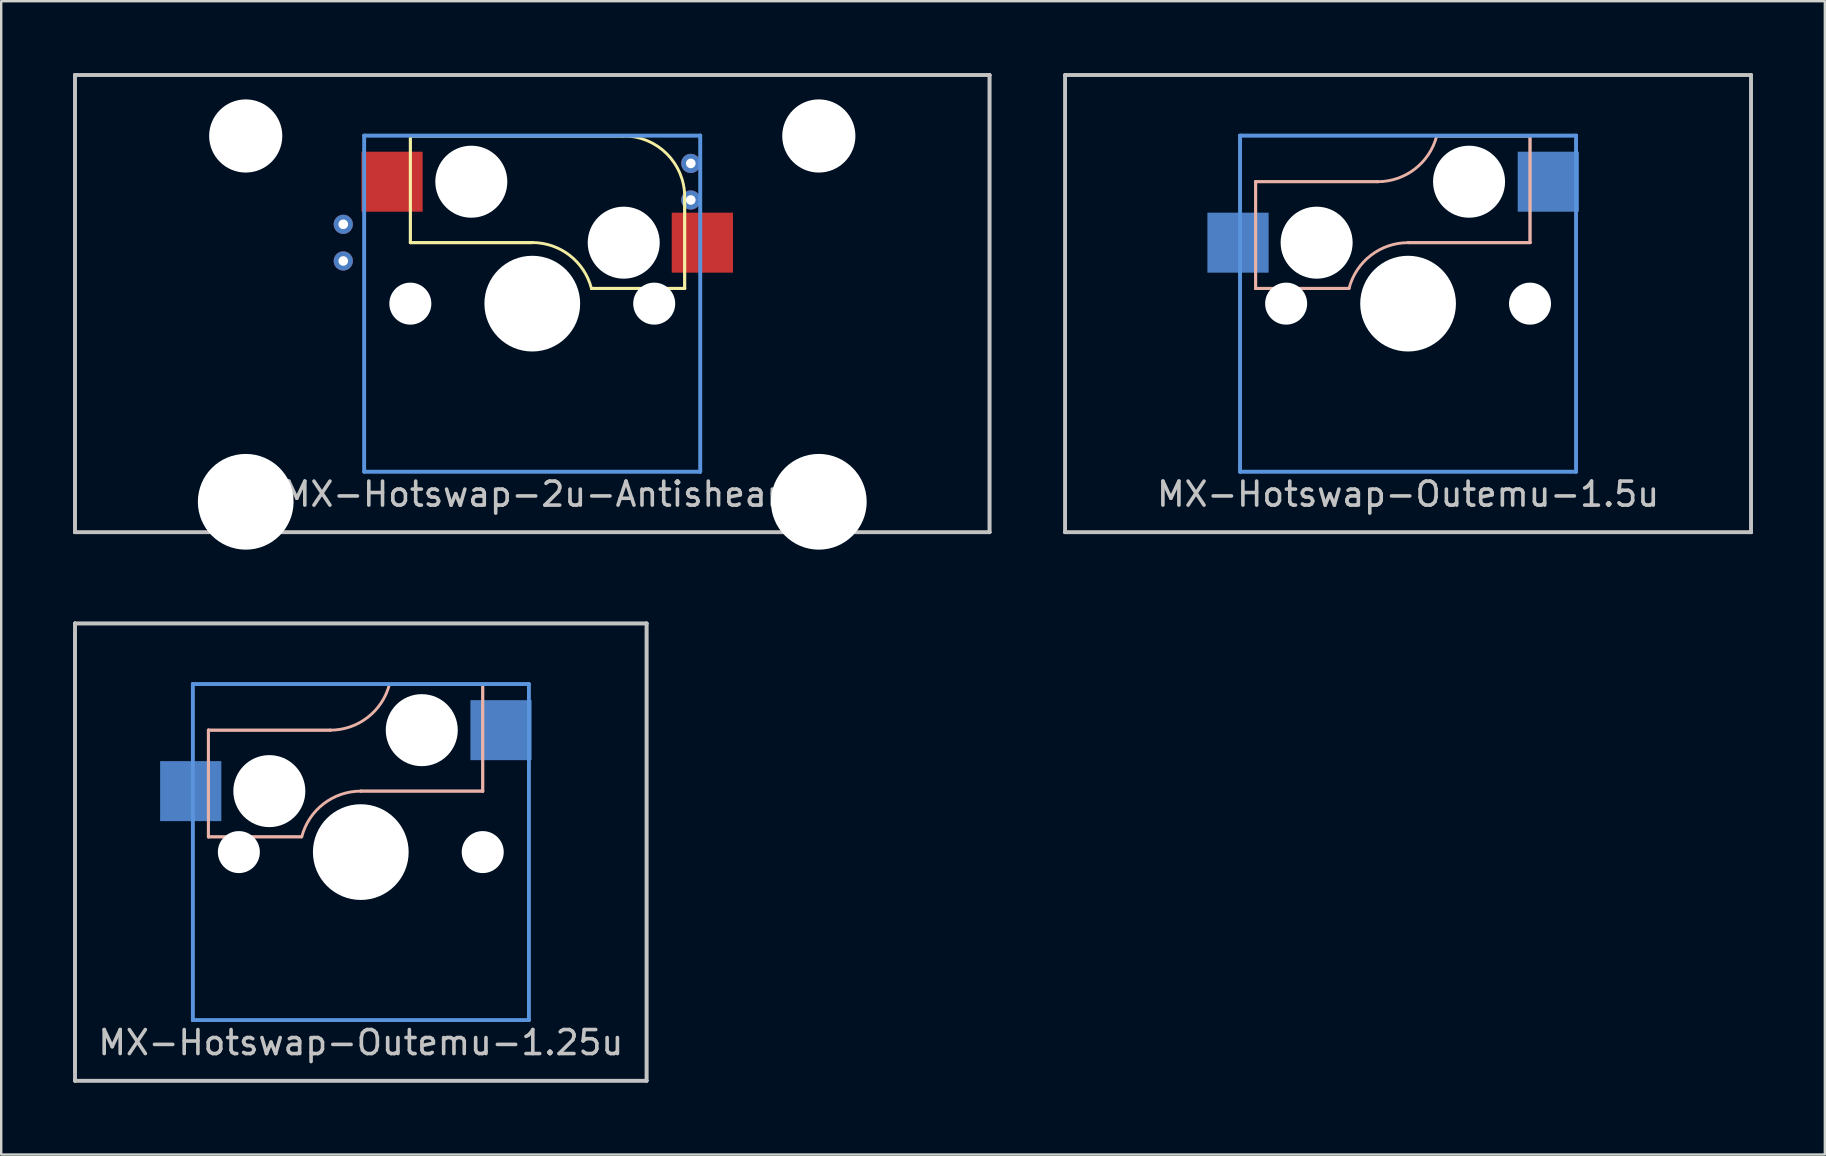
<source format=kicad_pcb>
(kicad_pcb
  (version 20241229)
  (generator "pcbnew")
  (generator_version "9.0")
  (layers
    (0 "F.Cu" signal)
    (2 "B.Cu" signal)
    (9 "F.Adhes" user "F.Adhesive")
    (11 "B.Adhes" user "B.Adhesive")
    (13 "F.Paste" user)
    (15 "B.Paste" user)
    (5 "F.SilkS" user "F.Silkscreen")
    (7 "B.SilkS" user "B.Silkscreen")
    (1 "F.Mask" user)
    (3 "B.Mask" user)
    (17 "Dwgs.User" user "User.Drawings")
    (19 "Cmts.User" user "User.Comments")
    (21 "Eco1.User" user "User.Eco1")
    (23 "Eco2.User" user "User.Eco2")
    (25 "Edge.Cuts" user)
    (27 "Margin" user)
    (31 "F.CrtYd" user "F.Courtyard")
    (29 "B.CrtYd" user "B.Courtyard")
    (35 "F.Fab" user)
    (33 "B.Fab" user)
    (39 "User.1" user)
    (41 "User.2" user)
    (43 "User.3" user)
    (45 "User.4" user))
  (footprint "MX-Hotswap-Outemu-1.5u"
    (layer "F.Cu")
    (at 55.612 9.6)
    (property "Reference" "MX-Hotswap-Outemu-1.5u" (at 0 7.938 0) (layer "Dwgs.User") (effects (font (size 1 1) (thickness 0.15))))
    (attr through_hole)
    (fp_line (start -6.35 -5.08) (end -6.35 -5.08) (stroke (width 0.12) (type solid)) (layer "B.SilkS"))
    (fp_line (start -6.35 -5.08) (end -6.35 -5.08) (stroke (width 0.12) (type solid)) (layer "B.SilkS"))
    (fp_line (start -6.35 -5.08) (end -6.35 -0.635) (stroke (width 0.12) (type solid)) (layer "B.SilkS"))
    (fp_line (start -6.35 -5.08) (end -1.27 -5.08) (stroke (width 0.12) (type solid)) (layer "B.SilkS"))
    (fp_line (start -6.35 -0.635) (end -6.35 -5.08) (stroke (width 0.12) (type solid)) (layer "B.SilkS"))
    (fp_line (start -6.35 -0.635) (end -6.35 -0.635) (stroke (width 0.12) (type solid)) (layer "B.SilkS"))
    (fp_line (start -6.35 -0.635) (end -6.35 -0.635) (stroke (width 0.12) (type solid)) (layer "B.SilkS"))
    (fp_line (start -6.35 -0.635) (end -2.464 -0.635) (stroke (width 0.12) (type solid)) (layer "B.SilkS"))
    (fp_line (start -2.464 -0.635) (end -6.35 -0.635) (stroke (width 0.12) (type solid)) (layer "B.SilkS"))
    (fp_line (start -2.464 -0.635) (end -2.464 -0.635) (stroke (width 0.12) (type solid)) (layer "B.SilkS"))
    (fp_line (start -1.27 -5.08) (end -6.35 -5.08) (stroke (width 0.12) (type solid)) (layer "B.SilkS"))
    (fp_line (start -1.27 -5.08) (end -1.27 -5.08) (stroke (width 0.12) (type solid)) (layer "B.SilkS"))
    (fp_line (start 0 -2.54) (end 0 -2.54) (stroke (width 0.12) (type solid)) (layer "B.SilkS"))
    (fp_line (start 0 -2.54) (end 5.08 -2.54) (stroke (width 0.12) (type solid)) (layer "B.SilkS"))
    (fp_line (start 1.194 -6.985) (end 1.194 -6.985) (stroke (width 0.12) (type solid)) (layer "B.SilkS"))
    (fp_line (start 1.194 -6.985) (end 5.08 -6.985) (stroke (width 0.12) (type solid)) (layer "B.SilkS"))
    (fp_line (start 5.08 -6.985) (end 1.194 -6.985) (stroke (width 0.12) (type solid)) (layer "B.SilkS"))
    (fp_line (start 5.08 -6.985) (end 5.08 -6.985) (stroke (width 0.12) (type solid)) (layer "B.SilkS"))
    (fp_line (start 5.08 -6.985) (end 5.08 -6.985) (stroke (width 0.12) (type solid)) (layer "B.SilkS"))
    (fp_line (start 5.08 -6.985) (end 5.08 -2.54) (stroke (width 0.12) (type solid)) (layer "B.SilkS"))
    (fp_line (start 5.08 -2.54) (end 0 -2.54) (stroke (width 0.12) (type solid)) (layer "B.SilkS"))
    (fp_line (start 5.08 -2.54) (end 5.08 -6.985) (stroke (width 0.12) (type solid)) (layer "B.SilkS"))
    (fp_line (start 5.08 -2.54) (end 5.08 -2.54) (stroke (width 0.12) (type solid)) (layer "B.SilkS"))
    (fp_line (start 5.08 -2.54) (end 5.08 -2.54) (stroke (width 0.12) (type solid)) (layer "B.SilkS"))
    (fp_arc (start -2.457981 -0.640256) (mid -1.553279 -2.009707) (end 0 -2.54) (stroke (width 0.12) (type solid)) (layer "B.SilkS"))
    (fp_arc (start 1.191368 -6.982362) (mid 0.285419 -5.611023) (end -1.27 -5.08) (stroke (width 0.12) (type solid)) (layer "B.SilkS"))
    (fp_line (start -14.287 -9.525) (end -14.287 -9.525) (stroke (width 0.15) (type solid)) (layer "Dwgs.User"))
    (fp_line (start -14.287 -9.525) (end -14.287 -9.525) (stroke (width 0.15) (type solid)) (layer "Dwgs.User"))
    (fp_line (start -14.287 -9.525) (end -14.287 9.525) (stroke (width 0.15) (type solid)) (layer "Dwgs.User"))
    (fp_line (start -14.287 -9.525) (end 14.287 -9.525) (stroke (width 0.15) (type solid)) (layer "Dwgs.User"))
    (fp_line (start -14.287 9.525) (end -14.287 -9.525) (stroke (width 0.15) (type solid)) (layer "Dwgs.User"))
    (fp_line (start -14.287 9.525) (end -14.287 9.525) (stroke (width 0.15) (type solid)) (layer "Dwgs.User"))
    (fp_line (start -14.287 9.525) (end -14.287 9.525) (stroke (width 0.15) (type solid)) (layer "Dwgs.User"))
    (fp_line (start -14.287 9.525) (end 14.287 9.525) (stroke (width 0.15) (type solid)) (layer "Dwgs.User"))
    (fp_line (start 14.287 -9.525) (end -14.287 -9.525) (stroke (width 0.15) (type solid)) (layer "Dwgs.User"))
    (fp_line (start 14.287 -9.525) (end 14.287 -9.525) (stroke (width 0.15) (type solid)) (layer "Dwgs.User"))
    (fp_line (start 14.287 -9.525) (end 14.287 -9.525) (stroke (width 0.15) (type solid)) (layer "Dwgs.User"))
    (fp_line (start 14.287 -9.525) (end 14.287 9.525) (stroke (width 0.15) (type solid)) (layer "Dwgs.User"))
    (fp_line (start 14.287 9.525) (end -14.287 9.525) (stroke (width 0.15) (type solid)) (layer "Dwgs.User"))
    (fp_line (start 14.287 9.525) (end 14.287 -9.525) (stroke (width 0.15) (type solid)) (layer "Dwgs.User"))
    (fp_line (start 14.287 9.525) (end 14.287 9.525) (stroke (width 0.15) (type solid)) (layer "Dwgs.User"))
    (fp_line (start 14.287 9.525) (end 14.287 9.525) (stroke (width 0.15) (type solid)) (layer "Dwgs.User"))
    (fp_line (start -7 -7) (end -7 -7) (stroke (width 0.15) (type solid)) (layer "Cmts.User"))
    (fp_line (start -7 -7) (end -7 -7) (stroke (width 0.15) (type solid)) (layer "Cmts.User"))
    (fp_line (start -7 -7) (end -7 7) (stroke (width 0.15) (type solid)) (layer "Cmts.User"))
    (fp_line (start -7 -7) (end 7 -7) (stroke (width 0.15) (type solid)) (layer "Cmts.User"))
    (fp_line (start -7 7) (end -7 -7) (stroke (width 0.15) (type solid)) (layer "Cmts.User"))
    (fp_line (start -7 7) (end -7 7) (stroke (width 0.15) (type solid)) (layer "Cmts.User"))
    (fp_line (start -7 7) (end -7 7) (stroke (width 0.15) (type solid)) (layer "Cmts.User"))
    (fp_line (start -7 7) (end 7 7) (stroke (width 0.15) (type solid)) (layer "Cmts.User"))
    (fp_line (start 7 -7) (end -7 -7) (stroke (width 0.15) (type solid)) (layer "Cmts.User"))
    (fp_line (start 7 -7) (end 7 -7) (stroke (width 0.15) (type solid)) (layer "Cmts.User"))
    (fp_line (start 7 -7) (end 7 -7) (stroke (width 0.15) (type solid)) (layer "Cmts.User"))
    (fp_line (start 7 -7) (end 7 7) (stroke (width 0.15) (type solid)) (layer "Cmts.User"))
    (fp_line (start 7 7) (end -7 7) (stroke (width 0.15) (type solid)) (layer "Cmts.User"))
    (fp_line (start 7 7) (end 7 -7) (stroke (width 0.15) (type solid)) (layer "Cmts.User"))
    (fp_line (start 7 7) (end 7 7) (stroke (width 0.15) (type solid)) (layer "Cmts.User"))
    (fp_line (start 7 7) (end 7 7) (stroke (width 0.15) (type solid)) (layer "Cmts.User"))
    (pad "" np_thru_hole circle (at -5.08 0) (size 1.75 1.75) (drill 1.75) (layers "*.Cu" "*.Mask"))
    (pad "" np_thru_hole circle (at -3.81 -2.54) (size 3 3) (drill 3) (layers "*.Cu" "*.Mask"))
    (pad "" np_thru_hole circle (at 0 0) (size 3.988 3.988) (drill 3.988) (layers "*.Cu" "*.Mask"))
    (pad "" np_thru_hole circle (at 2.54 -5.08) (size 3 3) (drill 3) (layers "*.Cu" "*.Mask"))
    (pad "" np_thru_hole circle (at 5.08 0) (size 1.75 1.75) (drill 1.75) (layers "*.Cu" "*.Mask"))
    (pad "1" smd rect (at -7.085 -2.54) (size 2.55 2.5) (layers "B.Cu" "B.Mask" "B.Paste"))
    (pad "2" smd rect (at 5.842 -5.08) (size 2.55 2.5) (layers "B.Cu" "B.Mask" "B.Paste")))
  (footprint "MX-Hotswap-2u-Antishear"
    (layer "F.Cu")
    (at 19.125 9.6)
    (property "Reference" "MX-Hotswap-2u-Antishear" (at 0 7.938 0) (layer "Dwgs.User") (effects (font (size 1 1) (thickness 0.15))))
    (attr through_hole)
    (fp_line (start -5.08 -6.985) (end -5.08 -6.985) (stroke (width 0.12) (type solid)) (layer "F.SilkS"))
    (fp_line (start -5.08 -6.985) (end -5.08 -6.985) (stroke (width 0.12) (type solid)) (layer "F.SilkS"))
    (fp_line (start -5.08 -6.985) (end -5.08 -2.54) (stroke (width 0.12) (type solid)) (layer "F.SilkS"))
    (fp_line (start -5.08 -6.985) (end 3.81 -6.985) (stroke (width 0.12) (type solid)) (layer "F.SilkS"))
    (fp_line (start -5.08 -2.54) (end -5.08 -6.985) (stroke (width 0.12) (type solid)) (layer "F.SilkS"))
    (fp_line (start -5.08 -2.54) (end -5.08 -2.54) (stroke (width 0.12) (type solid)) (layer "F.SilkS"))
    (fp_line (start -5.08 -2.54) (end -5.08 -2.54) (stroke (width 0.12) (type solid)) (layer "F.SilkS"))
    (fp_line (start -5.08 -2.54) (end 0 -2.54) (stroke (width 0.12) (type solid)) (layer "F.SilkS"))
    (fp_line (start 0 -2.54) (end -5.08 -2.54) (stroke (width 0.12) (type solid)) (layer "F.SilkS"))
    (fp_line (start 0 -2.54) (end 0 -2.54) (stroke (width 0.12) (type solid)) (layer "F.SilkS"))
    (fp_line (start 2.464 -0.635) (end 2.464 -0.635) (stroke (width 0.12) (type solid)) (layer "F.SilkS"))
    (fp_line (start 2.464 -0.635) (end 6.35 -0.635) (stroke (width 0.12) (type solid)) (layer "F.SilkS"))
    (fp_line (start 3.81 -6.985) (end -5.08 -6.985) (stroke (width 0.12) (type solid)) (layer "F.SilkS"))
    (fp_line (start 3.81 -6.985) (end 3.81 -6.985) (stroke (width 0.12) (type solid)) (layer "F.SilkS"))
    (fp_line (start 6.35 -4.445) (end 6.35 -4.445) (stroke (width 0.12) (type solid)) (layer "F.SilkS"))
    (fp_line (start 6.35 -4.445) (end 6.35 -0.635) (stroke (width 0.12) (type solid)) (layer "F.SilkS"))
    (fp_line (start 6.35 -0.635) (end 2.464 -0.635) (stroke (width 0.12) (type solid)) (layer "F.SilkS"))
    (fp_line (start 6.35 -0.635) (end 6.35 -4.445) (stroke (width 0.12) (type solid)) (layer "F.SilkS"))
    (fp_line (start 6.35 -0.635) (end 6.35 -0.635) (stroke (width 0.12) (type solid)) (layer "F.SilkS"))
    (fp_line (start 6.35 -0.635) (end 6.35 -0.635) (stroke (width 0.12) (type solid)) (layer "F.SilkS"))
    (fp_arc (start 0.006644 -2.544656) (mid 1.561383 -2.009329) (end 2.464162 -0.635) (stroke (width 0.12) (type solid)) (layer "F.SilkS"))
    (fp_arc (start 3.81 -6.985) (mid 5.606051 -6.241051) (end 6.35 -4.445) (stroke (width 0.12) (type solid)) (layer "F.SilkS"))
    (fp_line (start -19.05 -9.525) (end -19.05 -9.525) (stroke (width 0.15) (type solid)) (layer "Dwgs.User"))
    (fp_line (start -19.05 -9.525) (end -19.05 -9.525) (stroke (width 0.15) (type solid)) (layer "Dwgs.User"))
    (fp_line (start -19.05 -9.525) (end -19.05 9.525) (stroke (width 0.15) (type solid)) (layer "Dwgs.User"))
    (fp_line (start -19.05 -9.525) (end 19.05 -9.525) (stroke (width 0.15) (type solid)) (layer "Dwgs.User"))
    (fp_line (start -19.05 9.525) (end -19.05 -9.525) (stroke (width 0.15) (type solid)) (layer "Dwgs.User"))
    (fp_line (start -19.05 9.525) (end -19.05 9.525) (stroke (width 0.15) (type solid)) (layer "Dwgs.User"))
    (fp_line (start -19.05 9.525) (end -19.05 9.525) (stroke (width 0.15) (type solid)) (layer "Dwgs.User"))
    (fp_line (start -19.05 9.525) (end 19.05 9.525) (stroke (width 0.15) (type solid)) (layer "Dwgs.User"))
    (fp_line (start 19.05 -9.525) (end -19.05 -9.525) (stroke (width 0.15) (type solid)) (layer "Dwgs.User"))
    (fp_line (start 19.05 -9.525) (end 19.05 -9.525) (stroke (width 0.15) (type solid)) (layer "Dwgs.User"))
    (fp_line (start 19.05 -9.525) (end 19.05 -9.525) (stroke (width 0.15) (type solid)) (layer "Dwgs.User"))
    (fp_line (start 19.05 -9.525) (end 19.05 9.525) (stroke (width 0.15) (type solid)) (layer "Dwgs.User"))
    (fp_line (start 19.05 9.525) (end -19.05 9.525) (stroke (width 0.15) (type solid)) (layer "Dwgs.User"))
    (fp_line (start 19.05 9.525) (end 19.05 -9.525) (stroke (width 0.15) (type solid)) (layer "Dwgs.User"))
    (fp_line (start 19.05 9.525) (end 19.05 9.525) (stroke (width 0.15) (type solid)) (layer "Dwgs.User"))
    (fp_line (start 19.05 9.525) (end 19.05 9.525) (stroke (width 0.15) (type solid)) (layer "Dwgs.User"))
    (fp_line (start -7 -7) (end -7 -7) (stroke (width 0.15) (type solid)) (layer "Cmts.User"))
    (fp_line (start -7 -7) (end -7 -7) (stroke (width 0.15) (type solid)) (layer "Cmts.User"))
    (fp_line (start -7 -7) (end -7 7) (stroke (width 0.15) (type solid)) (layer "Cmts.User"))
    (fp_line (start -7 -7) (end 7 -7) (stroke (width 0.15) (type solid)) (layer "Cmts.User"))
    (fp_line (start -7 7) (end -7 -7) (stroke (width 0.15) (type solid)) (layer "Cmts.User"))
    (fp_line (start -7 7) (end -7 7) (stroke (width 0.15) (type solid)) (layer "Cmts.User"))
    (fp_line (start -7 7) (end -7 7) (stroke (width 0.15) (type solid)) (layer "Cmts.User"))
    (fp_line (start -7 7) (end 7 7) (stroke (width 0.15) (type solid)) (layer "Cmts.User"))
    (fp_line (start 7 -7) (end -7 -7) (stroke (width 0.15) (type solid)) (layer "Cmts.User"))
    (fp_line (start 7 -7) (end 7 -7) (stroke (width 0.15) (type solid)) (layer "Cmts.User"))
    (fp_line (start 7 -7) (end 7 -7) (stroke (width 0.15) (type solid)) (layer "Cmts.User"))
    (fp_line (start 7 -7) (end 7 7) (stroke (width 0.15) (type solid)) (layer "Cmts.User"))
    (fp_line (start 7 7) (end -7 7) (stroke (width 0.15) (type solid)) (layer "Cmts.User"))
    (fp_line (start 7 7) (end 7 -7) (stroke (width 0.15) (type solid)) (layer "Cmts.User"))
    (fp_line (start 7 7) (end 7 7) (stroke (width 0.15) (type solid)) (layer "Cmts.User"))
    (fp_line (start 7 7) (end 7 7) (stroke (width 0.15) (type solid)) (layer "Cmts.User"))
    (pad "" np_thru_hole circle (at -11.938 -6.985) (size 3.048 3.048) (drill 3.048) (layers "*.Cu" "*.Mask"))
    (pad "" np_thru_hole circle (at -11.938 8.255) (size 3.988 3.988) (drill 3.988) (layers "*.Cu" "*.Mask"))
    (pad "" np_thru_hole circle (at -5.08 0) (size 1.75 1.75) (drill 1.75) (layers "*.Cu" "*.Mask"))
    (pad "" np_thru_hole circle (at -2.54 -5.08) (size 3 3) (drill 3) (layers "*.Cu" "*.Mask"))
    (pad "" np_thru_hole circle (at 0 0) (size 3.988 3.988) (drill 3.988) (layers "*.Cu" "*.Mask"))
    (pad "" np_thru_hole circle (at 3.81 -2.54) (size 3 3) (drill 3) (layers "*.Cu" "*.Mask"))
    (pad "" np_thru_hole circle (at 5.08 0) (size 1.75 1.75) (drill 1.75) (layers "*.Cu" "*.Mask"))
    (pad "" np_thru_hole circle (at 11.938 -6.985) (size 3.048 3.048) (drill 3.048) (layers "*.Cu" "*.Mask"))
    (pad "" np_thru_hole circle (at 11.938 8.255) (size 3.988 3.988) (drill 3.988) (layers "*.Cu" "*.Mask"))
    (pad "1" thru_hole circle (at -7.874 -3.305) (size 0.8 0.8) (drill 0.4) (layers "*.Cu" "*.Mask"))
    (pad "1" thru_hole circle (at -7.874 -1.778) (size 0.8 0.8) (drill 0.4) (layers "*.Cu" "*.Mask"))
    (pad "1" smd rect (at 7.085 -2.54) (size 2.55 2.5) (layers "F.Cu" "F.Mask" "F.Paste"))
    (pad "2" smd rect (at -5.842 -5.08) (size 2.55 2.5) (layers "F.Cu" "F.Mask" "F.Paste"))
    (pad "2" thru_hole circle (at 6.604 -5.842) (size 0.8 0.8) (drill 0.4) (layers "*.Cu" "*.Mask"))
    (pad "2" thru_hole circle (at 6.604 -4.318) (size 0.8 0.8) (drill 0.4) (layers "*.Cu" "*.Mask")))
  (footprint "MX-Hotswap-Outemu-1.25u"
    (layer "F.Cu")
    (at 11.981 32.449)
    (property "Reference" "MX-Hotswap-Outemu-1.25u" (at 0 7.938 0) (layer "Dwgs.User") (effects (font (size 1 1) (thickness 0.15))))
    (attr through_hole)
    (fp_line (start -6.35 -5.08) (end -6.35 -5.08) (stroke (width 0.12) (type solid)) (layer "B.SilkS"))
    (fp_line (start -6.35 -5.08) (end -6.35 -5.08) (stroke (width 0.12) (type solid)) (layer "B.SilkS"))
    (fp_line (start -6.35 -5.08) (end -6.35 -0.635) (stroke (width 0.12) (type solid)) (layer "B.SilkS"))
    (fp_line (start -6.35 -5.08) (end -1.27 -5.08) (stroke (width 0.12) (type solid)) (layer "B.SilkS"))
    (fp_line (start -6.35 -0.635) (end -6.35 -5.08) (stroke (width 0.12) (type solid)) (layer "B.SilkS"))
    (fp_line (start -6.35 -0.635) (end -6.35 -0.635) (stroke (width 0.12) (type solid)) (layer "B.SilkS"))
    (fp_line (start -6.35 -0.635) (end -6.35 -0.635) (stroke (width 0.12) (type solid)) (layer "B.SilkS"))
    (fp_line (start -6.35 -0.635) (end -2.464 -0.635) (stroke (width 0.12) (type solid)) (layer "B.SilkS"))
    (fp_line (start -2.464 -0.635) (end -6.35 -0.635) (stroke (width 0.12) (type solid)) (layer "B.SilkS"))
    (fp_line (start -2.464 -0.635) (end -2.464 -0.635) (stroke (width 0.12) (type solid)) (layer "B.SilkS"))
    (fp_line (start -1.27 -5.08) (end -6.35 -5.08) (stroke (width 0.12) (type solid)) (layer "B.SilkS"))
    (fp_line (start -1.27 -5.08) (end -1.27 -5.08) (stroke (width 0.12) (type solid)) (layer "B.SilkS"))
    (fp_line (start 0 -2.54) (end 0 -2.54) (stroke (width 0.12) (type solid)) (layer "B.SilkS"))
    (fp_line (start 0 -2.54) (end 5.08 -2.54) (stroke (width 0.12) (type solid)) (layer "B.SilkS"))
    (fp_line (start 1.194 -6.985) (end 1.194 -6.985) (stroke (width 0.12) (type solid)) (layer "B.SilkS"))
    (fp_line (start 1.194 -6.985) (end 5.08 -6.985) (stroke (width 0.12) (type solid)) (layer "B.SilkS"))
    (fp_line (start 5.08 -6.985) (end 1.194 -6.985) (stroke (width 0.12) (type solid)) (layer "B.SilkS"))
    (fp_line (start 5.08 -6.985) (end 5.08 -6.985) (stroke (width 0.12) (type solid)) (layer "B.SilkS"))
    (fp_line (start 5.08 -6.985) (end 5.08 -6.985) (stroke (width 0.12) (type solid)) (layer "B.SilkS"))
    (fp_line (start 5.08 -6.985) (end 5.08 -2.54) (stroke (width 0.12) (type solid)) (layer "B.SilkS"))
    (fp_line (start 5.08 -2.54) (end 0 -2.54) (stroke (width 0.12) (type solid)) (layer "B.SilkS"))
    (fp_line (start 5.08 -2.54) (end 5.08 -6.985) (stroke (width 0.12) (type solid)) (layer "B.SilkS"))
    (fp_line (start 5.08 -2.54) (end 5.08 -2.54) (stroke (width 0.12) (type solid)) (layer "B.SilkS"))
    (fp_line (start 5.08 -2.54) (end 5.08 -2.54) (stroke (width 0.12) (type solid)) (layer "B.SilkS"))
    (fp_arc (start -2.457981 -0.640256) (mid -1.553279 -2.009707) (end 0 -2.54) (stroke (width 0.12) (type solid)) (layer "B.SilkS"))
    (fp_arc (start 1.191368 -6.982362) (mid 0.285419 -5.611023) (end -1.27 -5.08) (stroke (width 0.12) (type solid)) (layer "B.SilkS"))
    (fp_line (start -11.906 -9.525) (end -11.906 -9.525) (stroke (width 0.15) (type solid)) (layer "Dwgs.User"))
    (fp_line (start -11.906 -9.525) (end -11.906 -9.525) (stroke (width 0.15) (type solid)) (layer "Dwgs.User"))
    (fp_line (start -11.906 -9.525) (end -11.906 9.525) (stroke (width 0.15) (type solid)) (layer "Dwgs.User"))
    (fp_line (start -11.906 -9.525) (end 11.906 -9.525) (stroke (width 0.15) (type solid)) (layer "Dwgs.User"))
    (fp_line (start -11.906 9.525) (end -11.906 -9.525) (stroke (width 0.15) (type solid)) (layer "Dwgs.User"))
    (fp_line (start -11.906 9.525) (end -11.906 9.525) (stroke (width 0.15) (type solid)) (layer "Dwgs.User"))
    (fp_line (start -11.906 9.525) (end -11.906 9.525) (stroke (width 0.15) (type solid)) (layer "Dwgs.User"))
    (fp_line (start -11.906 9.525) (end 11.906 9.525) (stroke (width 0.15) (type solid)) (layer "Dwgs.User"))
    (fp_line (start 11.906 -9.525) (end -11.906 -9.525) (stroke (width 0.15) (type solid)) (layer "Dwgs.User"))
    (fp_line (start 11.906 -9.525) (end 11.906 -9.525) (stroke (width 0.15) (type solid)) (layer "Dwgs.User"))
    (fp_line (start 11.906 -9.525) (end 11.906 -9.525) (stroke (width 0.15) (type solid)) (layer "Dwgs.User"))
    (fp_line (start 11.906 -9.525) (end 11.906 9.525) (stroke (width 0.15) (type solid)) (layer "Dwgs.User"))
    (fp_line (start 11.906 9.525) (end -11.906 9.525) (stroke (width 0.15) (type solid)) (layer "Dwgs.User"))
    (fp_line (start 11.906 9.525) (end 11.906 -9.525) (stroke (width 0.15) (type solid)) (layer "Dwgs.User"))
    (fp_line (start 11.906 9.525) (end 11.906 9.525) (stroke (width 0.15) (type solid)) (layer "Dwgs.User"))
    (fp_line (start 11.906 9.525) (end 11.906 9.525) (stroke (width 0.15) (type solid)) (layer "Dwgs.User"))
    (fp_line (start -7 -7) (end -7 -7) (stroke (width 0.15) (type solid)) (layer "Cmts.User"))
    (fp_line (start -7 -7) (end -7 -7) (stroke (width 0.15) (type solid)) (layer "Cmts.User"))
    (fp_line (start -7 -7) (end -7 7) (stroke (width 0.15) (type solid)) (layer "Cmts.User"))
    (fp_line (start -7 -7) (end 7 -7) (stroke (width 0.15) (type solid)) (layer "Cmts.User"))
    (fp_line (start -7 7) (end -7 -7) (stroke (width 0.15) (type solid)) (layer "Cmts.User"))
    (fp_line (start -7 7) (end -7 7) (stroke (width 0.15) (type solid)) (layer "Cmts.User"))
    (fp_line (start -7 7) (end -7 7) (stroke (width 0.15) (type solid)) (layer "Cmts.User"))
    (fp_line (start -7 7) (end 7 7) (stroke (width 0.15) (type solid)) (layer "Cmts.User"))
    (fp_line (start 7 -7) (end -7 -7) (stroke (width 0.15) (type solid)) (layer "Cmts.User"))
    (fp_line (start 7 -7) (end 7 -7) (stroke (width 0.15) (type solid)) (layer "Cmts.User"))
    (fp_line (start 7 -7) (end 7 -7) (stroke (width 0.15) (type solid)) (layer "Cmts.User"))
    (fp_line (start 7 -7) (end 7 7) (stroke (width 0.15) (type solid)) (layer "Cmts.User"))
    (fp_line (start 7 7) (end -7 7) (stroke (width 0.15) (type solid)) (layer "Cmts.User"))
    (fp_line (start 7 7) (end 7 -7) (stroke (width 0.15) (type solid)) (layer "Cmts.User"))
    (fp_line (start 7 7) (end 7 7) (stroke (width 0.15) (type solid)) (layer "Cmts.User"))
    (fp_line (start 7 7) (end 7 7) (stroke (width 0.15) (type solid)) (layer "Cmts.User"))
    (pad "" np_thru_hole circle (at -5.08 0) (size 1.75 1.75) (drill 1.75) (layers "*.Cu" "*.Mask"))
    (pad "" np_thru_hole circle (at -3.81 -2.54) (size 3 3) (drill 3) (layers "*.Cu" "*.Mask"))
    (pad "" np_thru_hole circle (at 0 0) (size 3.988 3.988) (drill 3.988) (layers "*.Cu" "*.Mask"))
    (pad "" np_thru_hole circle (at 2.54 -5.08) (size 3 3) (drill 3) (layers "*.Cu" "*.Mask"))
    (pad "" np_thru_hole circle (at 5.08 0) (size 1.75 1.75) (drill 1.75) (layers "*.Cu" "*.Mask"))
    (pad "1" smd rect (at -7.085 -2.54) (size 2.55 2.5) (layers "B.Cu" "B.Mask" "B.Paste"))
    (pad "2" smd rect (at 5.842 -5.08) (size 2.55 2.5) (layers "B.Cu" "B.Mask" "B.Paste")))
  (gr_rect
    (start -3 -3)
    (end 72.975 45.049)
    (stroke (width 0.1) (type default))
    (fill no)
    (layer "Edge.Cuts")))
</source>
